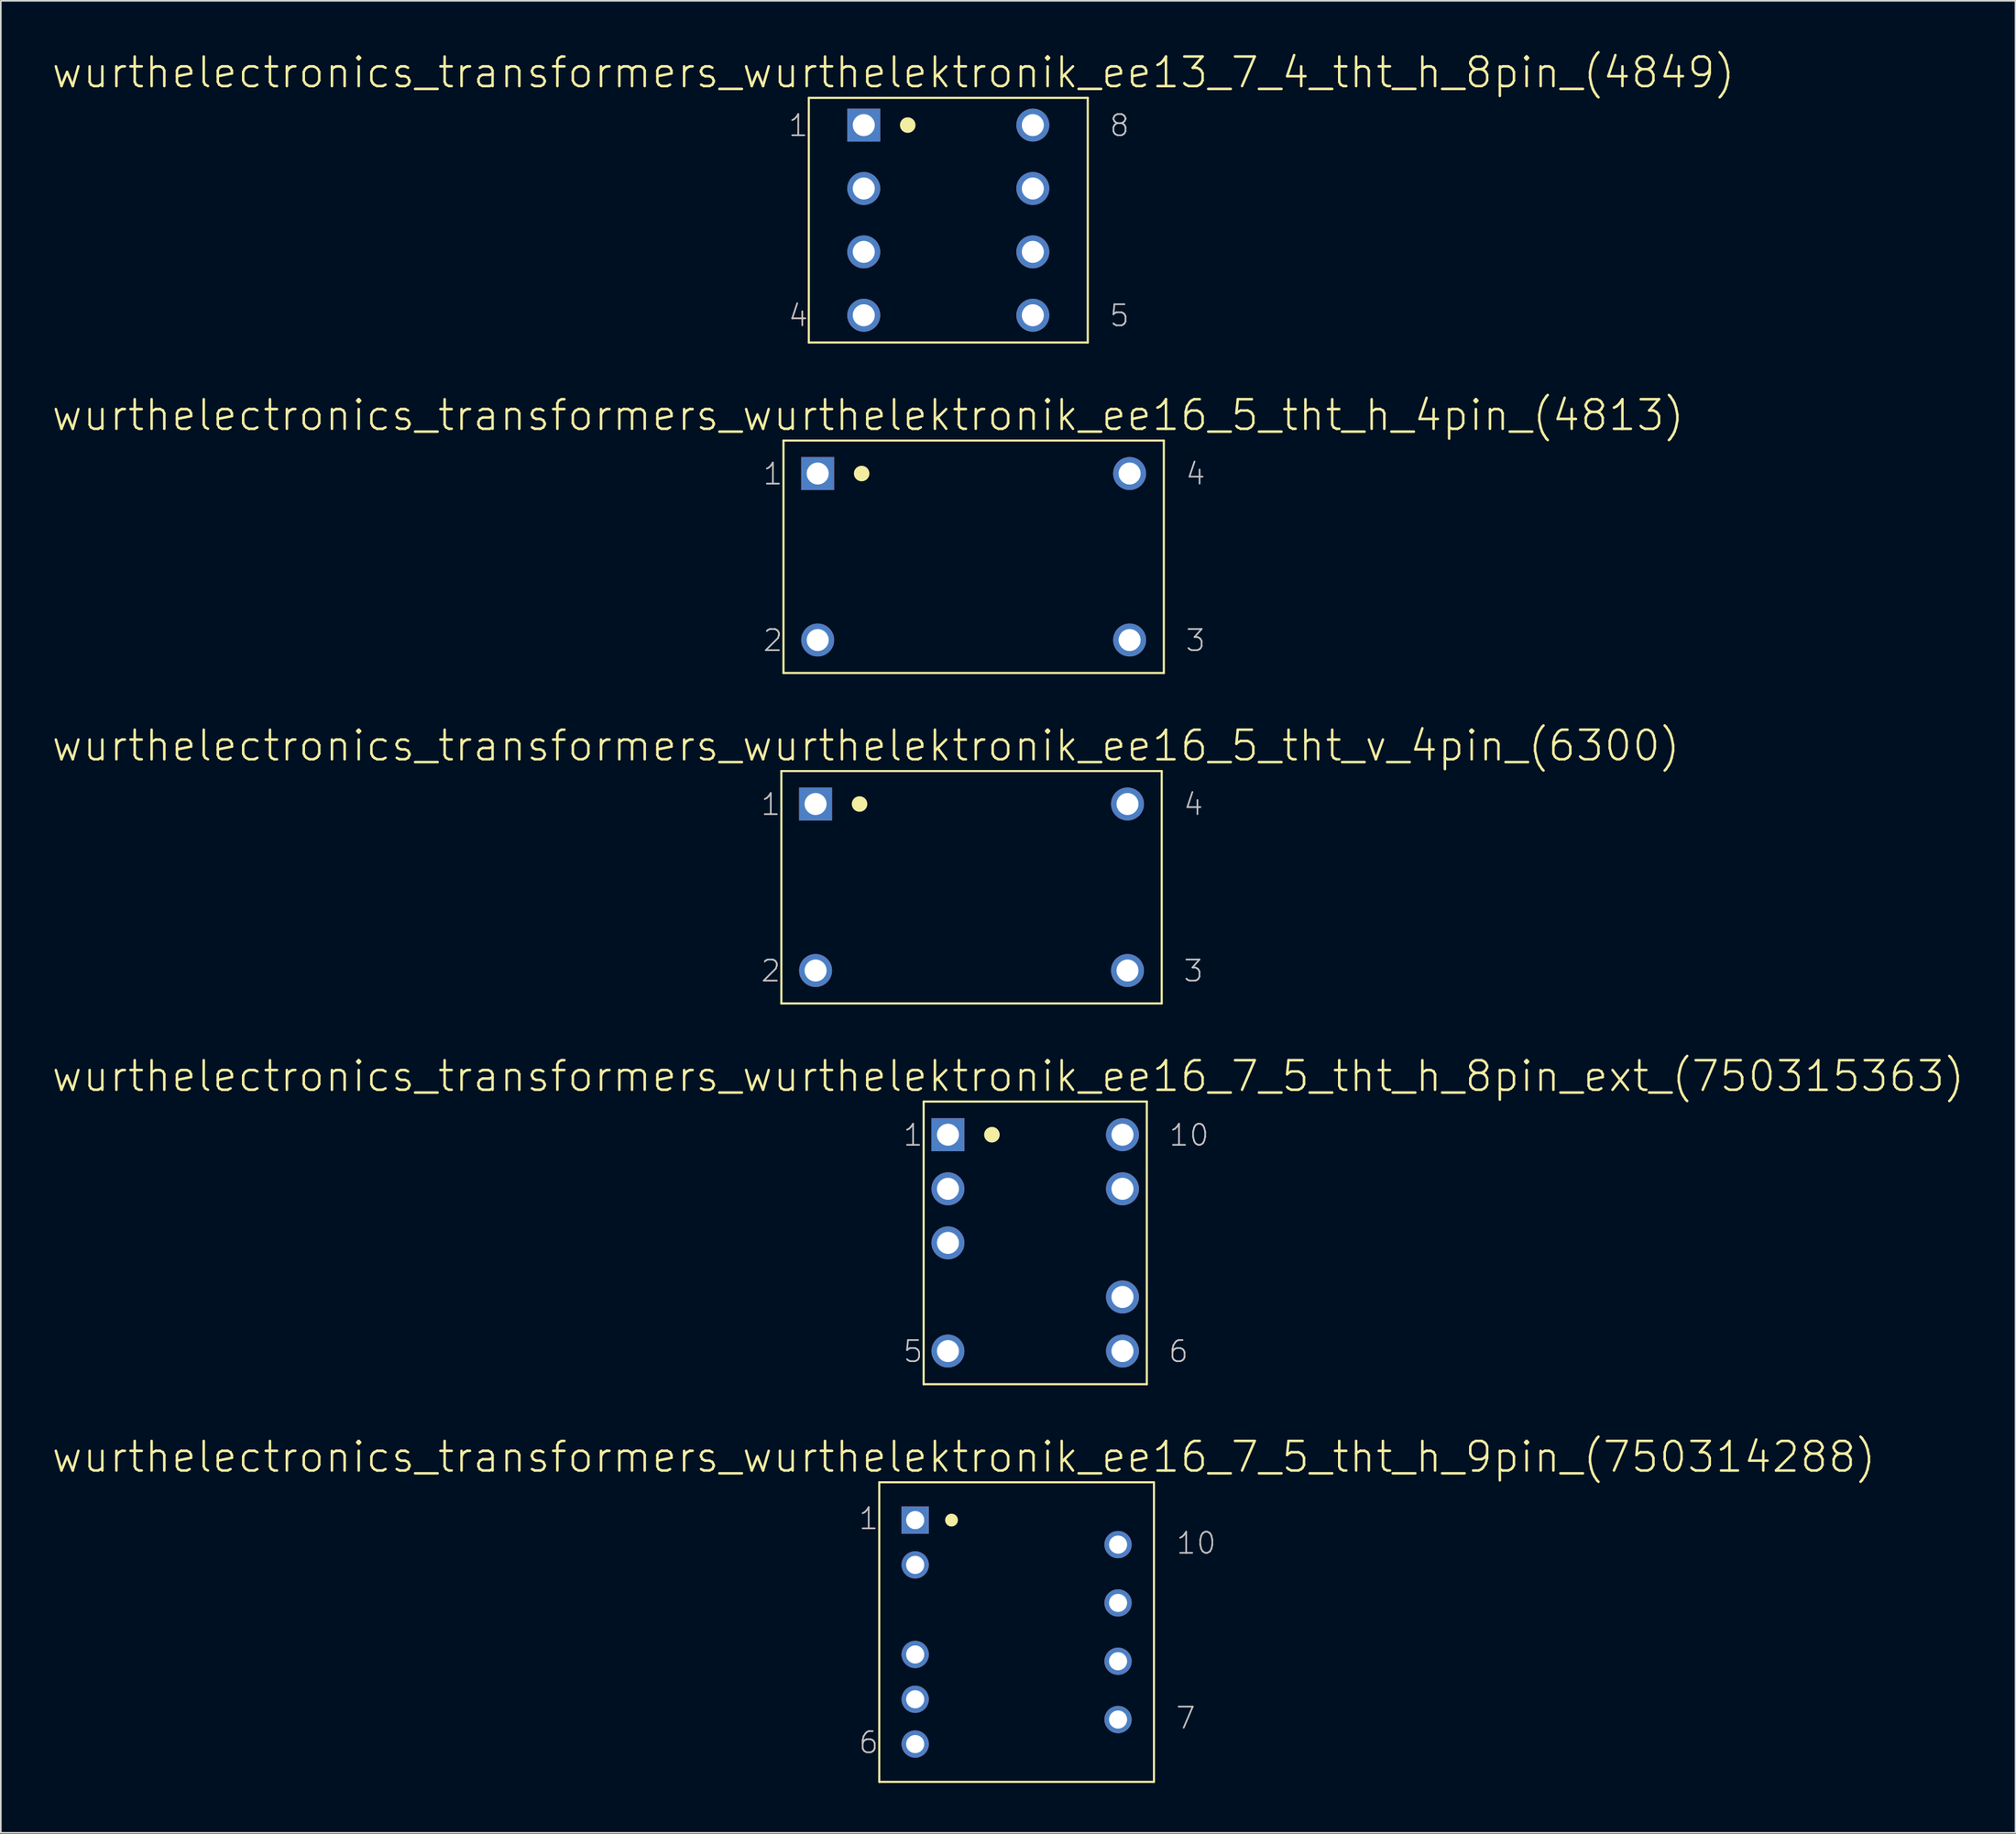
<source format=kicad_pcb>
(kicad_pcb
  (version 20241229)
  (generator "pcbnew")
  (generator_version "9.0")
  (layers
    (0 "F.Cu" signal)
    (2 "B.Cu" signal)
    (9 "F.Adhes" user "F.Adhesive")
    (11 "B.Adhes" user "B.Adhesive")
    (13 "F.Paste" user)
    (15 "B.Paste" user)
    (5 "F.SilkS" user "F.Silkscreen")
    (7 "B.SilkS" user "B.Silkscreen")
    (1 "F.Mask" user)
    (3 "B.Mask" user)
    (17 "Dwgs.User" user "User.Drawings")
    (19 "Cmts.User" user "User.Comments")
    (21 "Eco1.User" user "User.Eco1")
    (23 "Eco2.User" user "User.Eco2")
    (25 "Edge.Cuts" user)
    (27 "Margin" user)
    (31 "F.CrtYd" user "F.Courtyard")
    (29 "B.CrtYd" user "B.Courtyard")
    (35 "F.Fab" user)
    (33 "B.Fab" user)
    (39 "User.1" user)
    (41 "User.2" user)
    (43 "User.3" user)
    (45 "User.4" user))
  (footprint "wurthelectronics_transformers_wurthelektronik_ee16_7_5_tht_h_9pin_(750314288)"
    (layer "F.Cu")
    (at 58.047 95.055)
    (property "Reference" "wurthelectronics_transformers_wurthelektronik_ee16_7_5_tht_h_9pin_(750314288)" (at -3.175 -10.528 0) (layer "F.SilkS") (effects (font (size 1.778 1.778) (thickness 0.152))))
    (attr exclude_from_pos_files exclude_from_bom)
    (fp_line (start -8.255 -9.004) (end -8.255 9.004) (stroke (width 0.127) (type solid)) (layer "F.SilkS"))
    (fp_line (start -8.255 -9.004) (end 8.255 -9.004) (stroke (width 0.127) (type solid)) (layer "F.SilkS"))
    (fp_line (start -8.255 9.004) (end 8.255 9.004) (stroke (width 0.127) (type solid)) (layer "F.SilkS"))
    (fp_line (start 8.255 -9.004) (end 8.255 9.004) (stroke (width 0.127) (type solid)) (layer "F.SilkS"))
    (fp_circle (center -3.912 -6.731) (end -4.183 -7.003) (stroke (width 0) (type solid)) (fill yes) (layer "F.SilkS"))
    (fp_text user "1" (at -8.89 -6.82 0) (layer "Dwgs.User") (effects (font (size 1.27 1.27) (thickness 0.102))))
    (fp_text user "6" (at -8.89 6.642 0) (layer "Dwgs.User") (effects (font (size 1.27 1.27) (thickness 0.102))))
    (fp_text user "7" (at 10.16 5.166 0) (layer "Dwgs.User") (effects (font (size 1.27 1.27) (thickness 0.102))))
    (fp_text user "10" (at 10.795 -5.347 0) (layer "Dwgs.User") (effects (font (size 1.27 1.27) (thickness 0.102))))
    (pad "1" thru_hole rect (at -6.096 -6.731) (size 1.638 1.638) (drill 1.09) (layers "*.Cu" "*.Paste" "*.Mask"))
    (pad "2" thru_hole circle (at -6.096 -4.039) (size 1.638 1.638) (drill 1.09) (layers "*.Cu" "*.Paste" "*.Mask"))
    (pad "4" thru_hole circle (at -6.096 1.346) (size 1.638 1.638) (drill 1.09) (layers "*.Cu" "*.Paste" "*.Mask"))
    (pad "5" thru_hole circle (at -6.096 4.039) (size 1.638 1.638) (drill 1.09) (layers "*.Cu" "*.Paste" "*.Mask"))
    (pad "6" thru_hole circle (at -6.096 6.731) (size 1.638 1.638) (drill 1.09) (layers "*.Cu" "*.Paste" "*.Mask"))
    (pad "7" thru_hole circle (at 6.096 5.258) (size 1.638 1.638) (drill 1.09) (layers "*.Cu" "*.Paste" "*.Mask"))
    (pad "8" thru_hole circle (at 6.096 1.753) (size 1.638 1.638) (drill 1.09) (layers "*.Cu" "*.Paste" "*.Mask"))
    (pad "9" thru_hole circle (at 6.096 -1.753) (size 1.638 1.638) (drill 1.09) (layers "*.Cu" "*.Paste" "*.Mask"))
    (pad "10" thru_hole circle (at 6.096 -5.258) (size 1.638 1.638) (drill 1.09) (layers "*.Cu" "*.Paste" "*.Mask")))
  (footprint "wurthelectronics_transformers_wurthelektronik_ee16_5_tht_v_4pin_(6300)"
    (layer "F.Cu")
    (at 55.338 50.283)
    (property "Reference" "wurthelectronics_transformers_wurthelektronik_ee16_5_tht_v_4pin_(6300)" (at -6.35 -8.509 0) (layer "F.SilkS") (effects (font (size 1.778 1.778) (thickness 0.152))))
    (attr exclude_from_pos_files exclude_from_bom)
    (fp_line (start -11.43 -6.985) (end -11.43 6.985) (stroke (width 0.127) (type solid)) (layer "F.SilkS"))
    (fp_line (start -11.43 -6.985) (end 11.43 -6.985) (stroke (width 0.127) (type solid)) (layer "F.SilkS"))
    (fp_line (start -11.43 6.985) (end 11.43 6.985) (stroke (width 0.127) (type solid)) (layer "F.SilkS"))
    (fp_line (start 11.43 -6.985) (end 11.43 6.985) (stroke (width 0.127) (type solid)) (layer "F.SilkS"))
    (fp_circle (center -6.731 -5.004) (end -7.061 -5.334) (stroke (width 0) (type solid)) (fill yes) (layer "F.SilkS"))
    (fp_text user "1" (at -12.065 -4.978 0) (layer "Dwgs.User") (effects (font (size 1.27 1.27) (thickness 0.102))))
    (fp_text user "2" (at -12.065 5.029 0) (layer "Dwgs.User") (effects (font (size 1.27 1.27) (thickness 0.102))))
    (fp_text user "3" (at 13.335 5.029 0) (layer "Dwgs.User") (effects (font (size 1.27 1.27) (thickness 0.102))))
    (fp_text user "4" (at 13.335 -4.978 0) (layer "Dwgs.User") (effects (font (size 1.27 1.27) (thickness 0.102))))
    (pad "1" thru_hole rect (at -9.373 -5.004) (size 1.981 1.981) (drill 1.321) (layers "*.Cu" "*.Paste" "*.Mask"))
    (pad "2" thru_hole circle (at -9.373 5.004) (size 1.981 1.981) (drill 1.321) (layers "*.Cu" "*.Paste" "*.Mask"))
    (pad "3" thru_hole circle (at 9.373 5.004) (size 1.981 1.981) (drill 1.321) (layers "*.Cu" "*.Paste" "*.Mask"))
    (pad "4" thru_hole circle (at 9.373 -5.004) (size 1.981 1.981) (drill 1.321) (layers "*.Cu" "*.Paste" "*.Mask")))
  (footprint "wurthelectronics_transformers_wurthelektronik_ee13_7_4_tht_h_8pin_(4849)"
    (layer "F.Cu")
    (at 53.941 10.185)
    (property "Reference" "wurthelectronics_transformers_wurthelektronik_ee13_7_4_tht_h_8pin_(4849)" (at -3.302 -8.877 0) (layer "F.SilkS") (effects (font (size 1.778 1.778) (thickness 0.152))))
    (attr exclude_from_pos_files exclude_from_bom)
    (fp_line (start -8.382 -7.353) (end -8.382 7.353) (stroke (width 0.127) (type solid)) (layer "F.SilkS"))
    (fp_line (start -8.382 -7.353) (end 8.382 -7.353) (stroke (width 0.127) (type solid)) (layer "F.SilkS"))
    (fp_line (start -8.382 7.353) (end 8.382 7.353) (stroke (width 0.127) (type solid)) (layer "F.SilkS"))
    (fp_line (start 8.382 -7.353) (end 8.382 7.353) (stroke (width 0.127) (type solid)) (layer "F.SilkS"))
    (fp_circle (center -2.438 -5.715) (end -2.769 -6.045) (stroke (width 0) (type solid)) (fill yes) (layer "F.SilkS"))
    (fp_text user "4" (at -9.017 5.74 0) (layer "Dwgs.User") (effects (font (size 1.27 1.27) (thickness 0.102))))
    (fp_text user "5" (at 10.287 5.74 0) (layer "Dwgs.User") (effects (font (size 1.27 1.27) (thickness 0.102))))
    (fp_text user "8" (at 10.287 -5.69 0) (layer "Dwgs.User") (effects (font (size 1.27 1.27) (thickness 0.102))))
    (fp_text user "1" (at -9.017 -5.69 0) (layer "Dwgs.User") (effects (font (size 1.27 1.27) (thickness 0.102))))
    (pad "1" thru_hole rect (at -5.08 -5.715) (size 1.981 1.981) (drill 1.321) (layers "*.Cu" "*.Paste" "*.Mask"))
    (pad "2" thru_hole circle (at -5.08 -1.905) (size 1.981 1.981) (drill 1.321) (layers "*.Cu" "*.Paste" "*.Mask"))
    (pad "3" thru_hole circle (at -5.08 1.905) (size 1.981 1.981) (drill 1.321) (layers "*.Cu" "*.Paste" "*.Mask"))
    (pad "4" thru_hole circle (at -5.08 5.715) (size 1.981 1.981) (drill 1.321) (layers "*.Cu" "*.Paste" "*.Mask"))
    (pad "5" thru_hole circle (at 5.08 5.715) (size 1.981 1.981) (drill 1.321) (layers "*.Cu" "*.Paste" "*.Mask"))
    (pad "6" thru_hole circle (at 5.08 1.905) (size 1.981 1.981) (drill 1.321) (layers "*.Cu" "*.Paste" "*.Mask"))
    (pad "7" thru_hole circle (at 5.08 -1.905) (size 1.981 1.981) (drill 1.321) (layers "*.Cu" "*.Paste" "*.Mask"))
    (pad "8" thru_hole circle (at 5.08 -5.715) (size 1.981 1.981) (drill 1.321) (layers "*.Cu" "*.Paste" "*.Mask")))
  (footprint "wurthelectronics_transformers_wurthelektronik_ee16_7_5_tht_h_8pin_ext_(750315363)"
    (layer "F.Cu")
    (at 59.165 71.66)
    (property "Reference" "wurthelectronics_transformers_wurthelektronik_ee16_7_5_tht_h_8pin_ext_(750315363)" (at -1.626 -10.02 0) (layer "F.SilkS") (effects (font (size 1.778 1.778) (thickness 0.152))))
    (attr exclude_from_pos_files exclude_from_bom)
    (fp_line (start -6.706 -8.496) (end -6.706 8.496) (stroke (width 0.127) (type solid)) (layer "F.SilkS"))
    (fp_line (start -6.706 -8.496) (end 6.706 -8.496) (stroke (width 0.127) (type solid)) (layer "F.SilkS"))
    (fp_line (start -6.706 8.496) (end 6.706 8.496) (stroke (width 0.127) (type solid)) (layer "F.SilkS"))
    (fp_line (start 6.706 -8.496) (end 6.706 8.496) (stroke (width 0.127) (type solid)) (layer "F.SilkS"))
    (fp_circle (center -2.603 -6.502) (end -2.934 -6.833) (stroke (width 0) (type solid)) (fill yes) (layer "F.SilkS"))
    (fp_text user "10" (at 9.246 -6.477 0) (layer "Dwgs.User") (effects (font (size 1.27 1.27) (thickness 0.102))))
    (fp_text user "6" (at 8.611 6.528 0) (layer "Dwgs.User") (effects (font (size 1.27 1.27) (thickness 0.102))))
    (fp_text user "5" (at -7.341 6.528 0) (layer "Dwgs.User") (effects (font (size 1.27 1.27) (thickness 0.102))))
    (fp_text user "1" (at -7.341 -6.477 0) (layer "Dwgs.User") (effects (font (size 1.27 1.27) (thickness 0.102))))
    (pad "1" thru_hole rect (at -5.245 -6.502) (size 1.981 1.981) (drill 1.321) (layers "*.Cu" "*.Paste" "*.Mask"))
    (pad "2" thru_hole circle (at -5.245 -3.251) (size 1.981 1.981) (drill 1.321) (layers "*.Cu" "*.Paste" "*.Mask"))
    (pad "3" thru_hole circle (at -5.245 0) (size 1.981 1.981) (drill 1.321) (layers "*.Cu" "*.Paste" "*.Mask"))
    (pad "5" thru_hole circle (at -5.245 6.502) (size 1.981 1.981) (drill 1.321) (layers "*.Cu" "*.Paste" "*.Mask"))
    (pad "6" thru_hole circle (at 5.245 6.502) (size 1.981 1.981) (drill 1.321) (layers "*.Cu" "*.Paste" "*.Mask"))
    (pad "7" thru_hole circle (at 5.245 3.251) (size 1.981 1.981) (drill 1.321) (layers "*.Cu" "*.Paste" "*.Mask"))
    (pad "9" thru_hole circle (at 5.245 -3.251) (size 1.981 1.981) (drill 1.321) (layers "*.Cu" "*.Paste" "*.Mask"))
    (pad "10" thru_hole circle (at 5.245 -6.502) (size 1.981 1.981) (drill 1.321) (layers "*.Cu" "*.Paste" "*.Mask")))
  (footprint "wurthelectronics_transformers_wurthelektronik_ee16_5_tht_h_4pin_(4813)"
    (layer "F.Cu")
    (at 55.465 30.418)
    (property "Reference" "wurthelectronics_transformers_wurthelektronik_ee16_5_tht_h_4pin_(4813)" (at -6.35 -8.509 0) (layer "F.SilkS") (effects (font (size 1.778 1.778) (thickness 0.152))))
    (attr exclude_from_pos_files exclude_from_bom)
    (fp_line (start -11.43 -6.985) (end -11.43 6.985) (stroke (width 0.127) (type solid)) (layer "F.SilkS"))
    (fp_line (start -11.43 -6.985) (end 11.43 -6.985) (stroke (width 0.127) (type solid)) (layer "F.SilkS"))
    (fp_line (start -11.43 6.985) (end 11.43 6.985) (stroke (width 0.127) (type solid)) (layer "F.SilkS"))
    (fp_line (start 11.43 -6.985) (end 11.43 6.985) (stroke (width 0.127) (type solid)) (layer "F.SilkS"))
    (fp_circle (center -6.731 -5.004) (end -7.061 -5.334) (stroke (width 0) (type solid)) (fill yes) (layer "F.SilkS"))
    (fp_text user "3" (at 13.335 5.029 0) (layer "Dwgs.User") (effects (font (size 1.27 1.27) (thickness 0.102))))
    (fp_text user "2" (at -12.065 5.029 0) (layer "Dwgs.User") (effects (font (size 1.27 1.27) (thickness 0.102))))
    (fp_text user "1" (at -12.065 -4.978 0) (layer "Dwgs.User") (effects (font (size 1.27 1.27) (thickness 0.102))))
    (fp_text user "4" (at 13.335 -4.978 0) (layer "Dwgs.User") (effects (font (size 1.27 1.27) (thickness 0.102))))
    (pad "1" thru_hole rect (at -9.373 -5.004) (size 1.981 1.981) (drill 1.321) (layers "*.Cu" "*.Paste" "*.Mask"))
    (pad "2" thru_hole circle (at -9.373 5.004) (size 1.981 1.981) (drill 1.321) (layers "*.Cu" "*.Paste" "*.Mask"))
    (pad "3" thru_hole circle (at 9.373 5.004) (size 1.981 1.981) (drill 1.321) (layers "*.Cu" "*.Paste" "*.Mask"))
    (pad "4" thru_hole circle (at 9.373 -5.004) (size 1.981 1.981) (drill 1.321) (layers "*.Cu" "*.Paste" "*.Mask")))
  (gr_rect
    (start -3 -3)
    (end 118.079 107.123)
    (stroke (width 0.1) (type default))
    (fill no)
    (layer "Edge.Cuts")))
</source>
